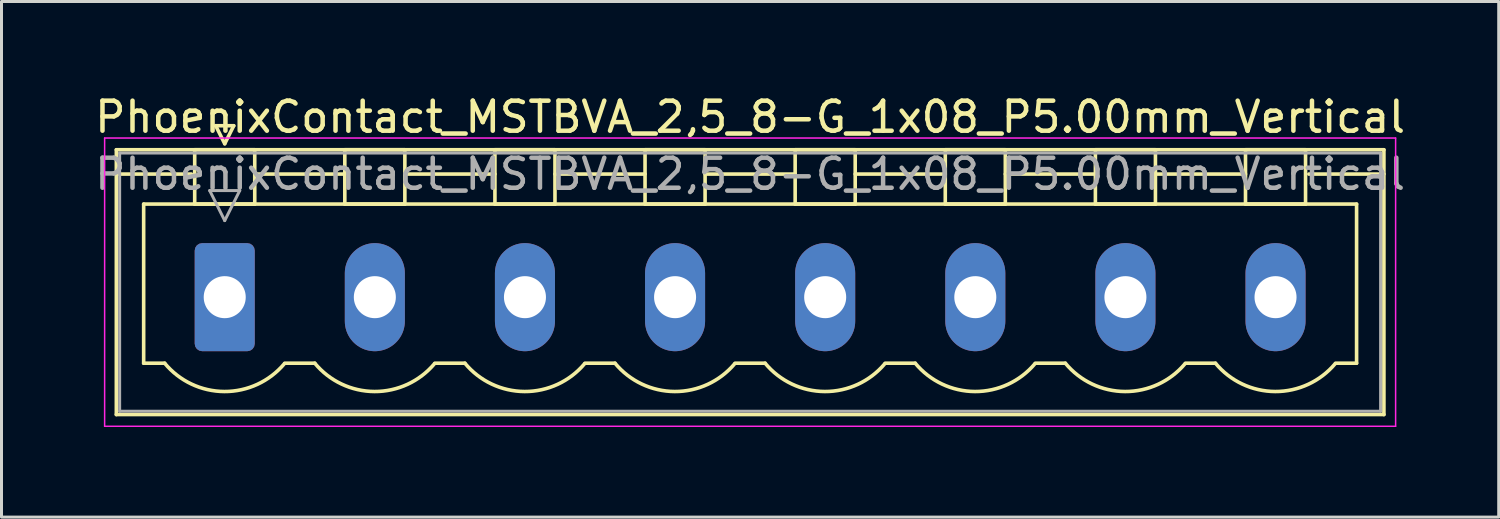
<source format=kicad_pcb>
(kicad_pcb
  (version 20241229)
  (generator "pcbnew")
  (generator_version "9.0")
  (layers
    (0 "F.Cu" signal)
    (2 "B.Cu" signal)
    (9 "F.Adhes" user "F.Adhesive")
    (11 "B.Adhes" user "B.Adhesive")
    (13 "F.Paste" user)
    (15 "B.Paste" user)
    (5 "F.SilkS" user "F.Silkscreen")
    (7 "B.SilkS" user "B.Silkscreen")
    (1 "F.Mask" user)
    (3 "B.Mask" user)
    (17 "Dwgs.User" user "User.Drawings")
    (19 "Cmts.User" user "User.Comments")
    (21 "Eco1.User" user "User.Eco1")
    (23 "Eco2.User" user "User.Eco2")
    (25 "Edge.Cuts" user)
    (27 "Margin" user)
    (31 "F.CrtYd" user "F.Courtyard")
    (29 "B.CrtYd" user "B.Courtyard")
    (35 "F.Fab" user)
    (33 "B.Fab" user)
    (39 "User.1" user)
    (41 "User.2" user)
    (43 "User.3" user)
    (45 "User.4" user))
  (footprint "PhoenixContact_MSTBVA_2,5_8-G_1x08_P5.00mm_Vertical"
    (layer "F.Cu")
    (at 4.435 6.848)
    (property "Reference" "PhoenixContact_MSTBVA_2,5_8-G_1x08_P5.00mm_Vertical" (at 17.5 -6 0) (layer "F.SilkS") (effects (font (size 1 1) (thickness 0.15))))
    (attr through_hole)
    (fp_line (start -3.61 -4.91) (end -3.61 3.91) (stroke (width 0.12) (type solid)) (layer "F.SilkS"))
    (fp_line (start -3.61 -4.1) (end -1.11 -4.1) (stroke (width 0.12) (type solid)) (layer "F.SilkS"))
    (fp_line (start -3.61 3.91) (end 38.61 3.91) (stroke (width 0.12) (type solid)) (layer "F.SilkS"))
    (fp_line (start -2.7 -3.1) (end 37.7 -3.1) (stroke (width 0.12) (type solid)) (layer "F.SilkS"))
    (fp_line (start -2.7 2.2) (end -2.7 -3.1) (stroke (width 0.12) (type solid)) (layer "F.SilkS"))
    (fp_line (start -2 2.2) (end -2.7 2.2) (stroke (width 0.12) (type solid)) (layer "F.SilkS"))
    (fp_line (start -1 -4.91) (end 1 -4.91) (stroke (width 0.12) (type solid)) (layer "F.SilkS"))
    (fp_line (start -1 -3.1) (end -1 -4.91) (stroke (width 0.12) (type solid)) (layer "F.SilkS"))
    (fp_line (start -0.3 -5.71) (end 0.3 -5.71) (stroke (width 0.12) (type solid)) (layer "F.SilkS"))
    (fp_line (start 0 -5.11) (end -0.3 -5.71) (stroke (width 0.12) (type solid)) (layer "F.SilkS"))
    (fp_line (start 0.3 -5.71) (end 0 -5.11) (stroke (width 0.12) (type solid)) (layer "F.SilkS"))
    (fp_line (start 1 -4.91) (end 1 -3.1) (stroke (width 0.12) (type solid)) (layer "F.SilkS"))
    (fp_line (start 1 -4.1) (end 4 -4.1) (stroke (width 0.12) (type solid)) (layer "F.SilkS"))
    (fp_line (start 1 -3.1) (end -1 -3.1) (stroke (width 0.12) (type solid)) (layer "F.SilkS"))
    (fp_line (start 2 2.2) (end 3 2.2) (stroke (width 0.12) (type solid)) (layer "F.SilkS"))
    (fp_line (start 4 -4.91) (end 6 -4.91) (stroke (width 0.12) (type solid)) (layer "F.SilkS"))
    (fp_line (start 4 -3.1) (end 4 -4.91) (stroke (width 0.12) (type solid)) (layer "F.SilkS"))
    (fp_line (start 6 -4.91) (end 6 -3.1) (stroke (width 0.12) (type solid)) (layer "F.SilkS"))
    (fp_line (start 6 -4.1) (end 9 -4.1) (stroke (width 0.12) (type solid)) (layer "F.SilkS"))
    (fp_line (start 6 -3.1) (end 4 -3.1) (stroke (width 0.12) (type solid)) (layer "F.SilkS"))
    (fp_line (start 7 2.2) (end 8 2.2) (stroke (width 0.12) (type solid)) (layer "F.SilkS"))
    (fp_line (start 9 -4.91) (end 11 -4.91) (stroke (width 0.12) (type solid)) (layer "F.SilkS"))
    (fp_line (start 9 -3.1) (end 9 -4.91) (stroke (width 0.12) (type solid)) (layer "F.SilkS"))
    (fp_line (start 11 -4.91) (end 11 -3.1) (stroke (width 0.12) (type solid)) (layer "F.SilkS"))
    (fp_line (start 11 -4.1) (end 14 -4.1) (stroke (width 0.12) (type solid)) (layer "F.SilkS"))
    (fp_line (start 11 -3.1) (end 9 -3.1) (stroke (width 0.12) (type solid)) (layer "F.SilkS"))
    (fp_line (start 12 2.2) (end 13 2.2) (stroke (width 0.12) (type solid)) (layer "F.SilkS"))
    (fp_line (start 14 -4.91) (end 16 -4.91) (stroke (width 0.12) (type solid)) (layer "F.SilkS"))
    (fp_line (start 14 -3.1) (end 14 -4.91) (stroke (width 0.12) (type solid)) (layer "F.SilkS"))
    (fp_line (start 16 -4.91) (end 16 -3.1) (stroke (width 0.12) (type solid)) (layer "F.SilkS"))
    (fp_line (start 16 -4.1) (end 19 -4.1) (stroke (width 0.12) (type solid)) (layer "F.SilkS"))
    (fp_line (start 16 -3.1) (end 14 -3.1) (stroke (width 0.12) (type solid)) (layer "F.SilkS"))
    (fp_line (start 17 2.2) (end 18 2.2) (stroke (width 0.12) (type solid)) (layer "F.SilkS"))
    (fp_line (start 19 -4.91) (end 21 -4.91) (stroke (width 0.12) (type solid)) (layer "F.SilkS"))
    (fp_line (start 19 -3.1) (end 19 -4.91) (stroke (width 0.12) (type solid)) (layer "F.SilkS"))
    (fp_line (start 21 -4.91) (end 21 -3.1) (stroke (width 0.12) (type solid)) (layer "F.SilkS"))
    (fp_line (start 21 -4.1) (end 24 -4.1) (stroke (width 0.12) (type solid)) (layer "F.SilkS"))
    (fp_line (start 21 -3.1) (end 19 -3.1) (stroke (width 0.12) (type solid)) (layer "F.SilkS"))
    (fp_line (start 22 2.2) (end 23 2.2) (stroke (width 0.12) (type solid)) (layer "F.SilkS"))
    (fp_line (start 24 -4.91) (end 26 -4.91) (stroke (width 0.12) (type solid)) (layer "F.SilkS"))
    (fp_line (start 24 -3.1) (end 24 -4.91) (stroke (width 0.12) (type solid)) (layer "F.SilkS"))
    (fp_line (start 26 -4.91) (end 26 -3.1) (stroke (width 0.12) (type solid)) (layer "F.SilkS"))
    (fp_line (start 26 -4.1) (end 29 -4.1) (stroke (width 0.12) (type solid)) (layer "F.SilkS"))
    (fp_line (start 26 -3.1) (end 24 -3.1) (stroke (width 0.12) (type solid)) (layer "F.SilkS"))
    (fp_line (start 27 2.2) (end 28 2.2) (stroke (width 0.12) (type solid)) (layer "F.SilkS"))
    (fp_line (start 29 -4.91) (end 31 -4.91) (stroke (width 0.12) (type solid)) (layer "F.SilkS"))
    (fp_line (start 29 -3.1) (end 29 -4.91) (stroke (width 0.12) (type solid)) (layer "F.SilkS"))
    (fp_line (start 31 -4.91) (end 31 -3.1) (stroke (width 0.12) (type solid)) (layer "F.SilkS"))
    (fp_line (start 31 -4.1) (end 34 -4.1) (stroke (width 0.12) (type solid)) (layer "F.SilkS"))
    (fp_line (start 31 -3.1) (end 29 -3.1) (stroke (width 0.12) (type solid)) (layer "F.SilkS"))
    (fp_line (start 32 2.2) (end 33 2.2) (stroke (width 0.12) (type solid)) (layer "F.SilkS"))
    (fp_line (start 34 -4.91) (end 36 -4.91) (stroke (width 0.12) (type solid)) (layer "F.SilkS"))
    (fp_line (start 34 -3.1) (end 34 -4.91) (stroke (width 0.12) (type solid)) (layer "F.SilkS"))
    (fp_line (start 36 -4.91) (end 36 -3.1) (stroke (width 0.12) (type solid)) (layer "F.SilkS"))
    (fp_line (start 36 -3.1) (end 34 -3.1) (stroke (width 0.12) (type solid)) (layer "F.SilkS"))
    (fp_line (start 37.7 -3.1) (end 37.7 2.2) (stroke (width 0.12) (type solid)) (layer "F.SilkS"))
    (fp_line (start 37.7 2.2) (end 37 2.2) (stroke (width 0.12) (type solid)) (layer "F.SilkS"))
    (fp_line (start 38.61 -4.91) (end -3.61 -4.91) (stroke (width 0.12) (type solid)) (layer "F.SilkS"))
    (fp_line (start 38.61 -4.1) (end 36.11 -4.1) (stroke (width 0.12) (type solid)) (layer "F.SilkS"))
    (fp_line (start 38.61 3.91) (end 38.61 -4.91) (stroke (width 0.12) (type solid)) (layer "F.SilkS"))
    (fp_arc (start 1.986842 2.215821) (mid -0.010289 3.142758) (end -2 2.2) (stroke (width 0.12) (type solid)) (layer "F.SilkS"))
    (fp_arc (start 6.986842 2.215821) (mid 4.989711 3.142758) (end 3 2.2) (stroke (width 0.12) (type solid)) (layer "F.SilkS"))
    (fp_arc (start 11.986842 2.215821) (mid 9.989711 3.142758) (end 8 2.2) (stroke (width 0.12) (type solid)) (layer "F.SilkS"))
    (fp_arc (start 16.986842 2.215821) (mid 14.989711 3.142758) (end 13 2.2) (stroke (width 0.12) (type solid)) (layer "F.SilkS"))
    (fp_arc (start 21.986842 2.215821) (mid 19.989711 3.142758) (end 18 2.2) (stroke (width 0.12) (type solid)) (layer "F.SilkS"))
    (fp_arc (start 26.986842 2.215821) (mid 24.989711 3.142758) (end 23 2.2) (stroke (width 0.12) (type solid)) (layer "F.SilkS"))
    (fp_arc (start 31.986842 2.215821) (mid 29.989711 3.142758) (end 28 2.2) (stroke (width 0.12) (type solid)) (layer "F.SilkS"))
    (fp_arc (start 36.986842 2.215821) (mid 34.989711 3.142758) (end 33 2.2) (stroke (width 0.12) (type solid)) (layer "F.SilkS"))
    (fp_line (start -4 -5.3) (end -4 4.3) (stroke (width 0.05) (type solid)) (layer "F.CrtYd"))
    (fp_line (start -4 4.3) (end 39 4.3) (stroke (width 0.05) (type solid)) (layer "F.CrtYd"))
    (fp_line (start 39 -5.3) (end -4 -5.3) (stroke (width 0.05) (type solid)) (layer "F.CrtYd"))
    (fp_line (start 39 4.3) (end 39 -5.3) (stroke (width 0.05) (type solid)) (layer "F.CrtYd"))
    (fp_line (start -3.5 -4.8) (end -3.5 3.8) (stroke (width 0.1) (type solid)) (layer "F.Fab"))
    (fp_line (start -3.5 3.8) (end 38.5 3.8) (stroke (width 0.1) (type solid)) (layer "F.Fab"))
    (fp_line (start -0.5 -3.55) (end 0.5 -3.55) (stroke (width 0.1) (type solid)) (layer "F.Fab"))
    (fp_line (start 0 -2.55) (end -0.5 -3.55) (stroke (width 0.1) (type solid)) (layer "F.Fab"))
    (fp_line (start 0.5 -3.55) (end 0 -2.55) (stroke (width 0.1) (type solid)) (layer "F.Fab"))
    (fp_line (start 38.5 -4.8) (end -3.5 -4.8) (stroke (width 0.1) (type solid)) (layer "F.Fab"))
    (fp_line (start 38.5 3.8) (end 38.5 -4.8) (stroke (width 0.1) (type solid)) (layer "F.Fab"))
    (fp_text user "${REFERENCE}" (at 17.5 -4.1 0) (layer "F.Fab") (effects (font (size 1 1) (thickness 0.15))))
    (pad "1" thru_hole roundrect (at 0 0) (size 2 3.6) (drill 1.4) (layers "*.Cu" "*.Mask") (roundrect_rratio 0.125))
    (pad "2" thru_hole oval (at 5 0) (size 2 3.6) (drill 1.4) (layers "*.Cu" "*.Mask"))
    (pad "3" thru_hole oval (at 10 0) (size 2 3.6) (drill 1.4) (layers "*.Cu" "*.Mask"))
    (pad "4" thru_hole oval (at 15 0) (size 2 3.6) (drill 1.4) (layers "*.Cu" "*.Mask"))
    (pad "5" thru_hole oval (at 20 0) (size 2 3.6) (drill 1.4) (layers "*.Cu" "*.Mask"))
    (pad "6" thru_hole oval (at 25 0) (size 2 3.6) (drill 1.4) (layers "*.Cu" "*.Mask"))
    (pad "7" thru_hole oval (at 30 0) (size 2 3.6) (drill 1.4) (layers "*.Cu" "*.Mask"))
    (pad "8" thru_hole oval (at 35 0) (size 2 3.6) (drill 1.4) (layers "*.Cu" "*.Mask")))
  (gr_rect
    (start -3 -3)
    (end 46.869 14.173)
    (stroke (width 0.1) (type default))
    (fill no)
    (layer "Edge.Cuts")))
</source>
